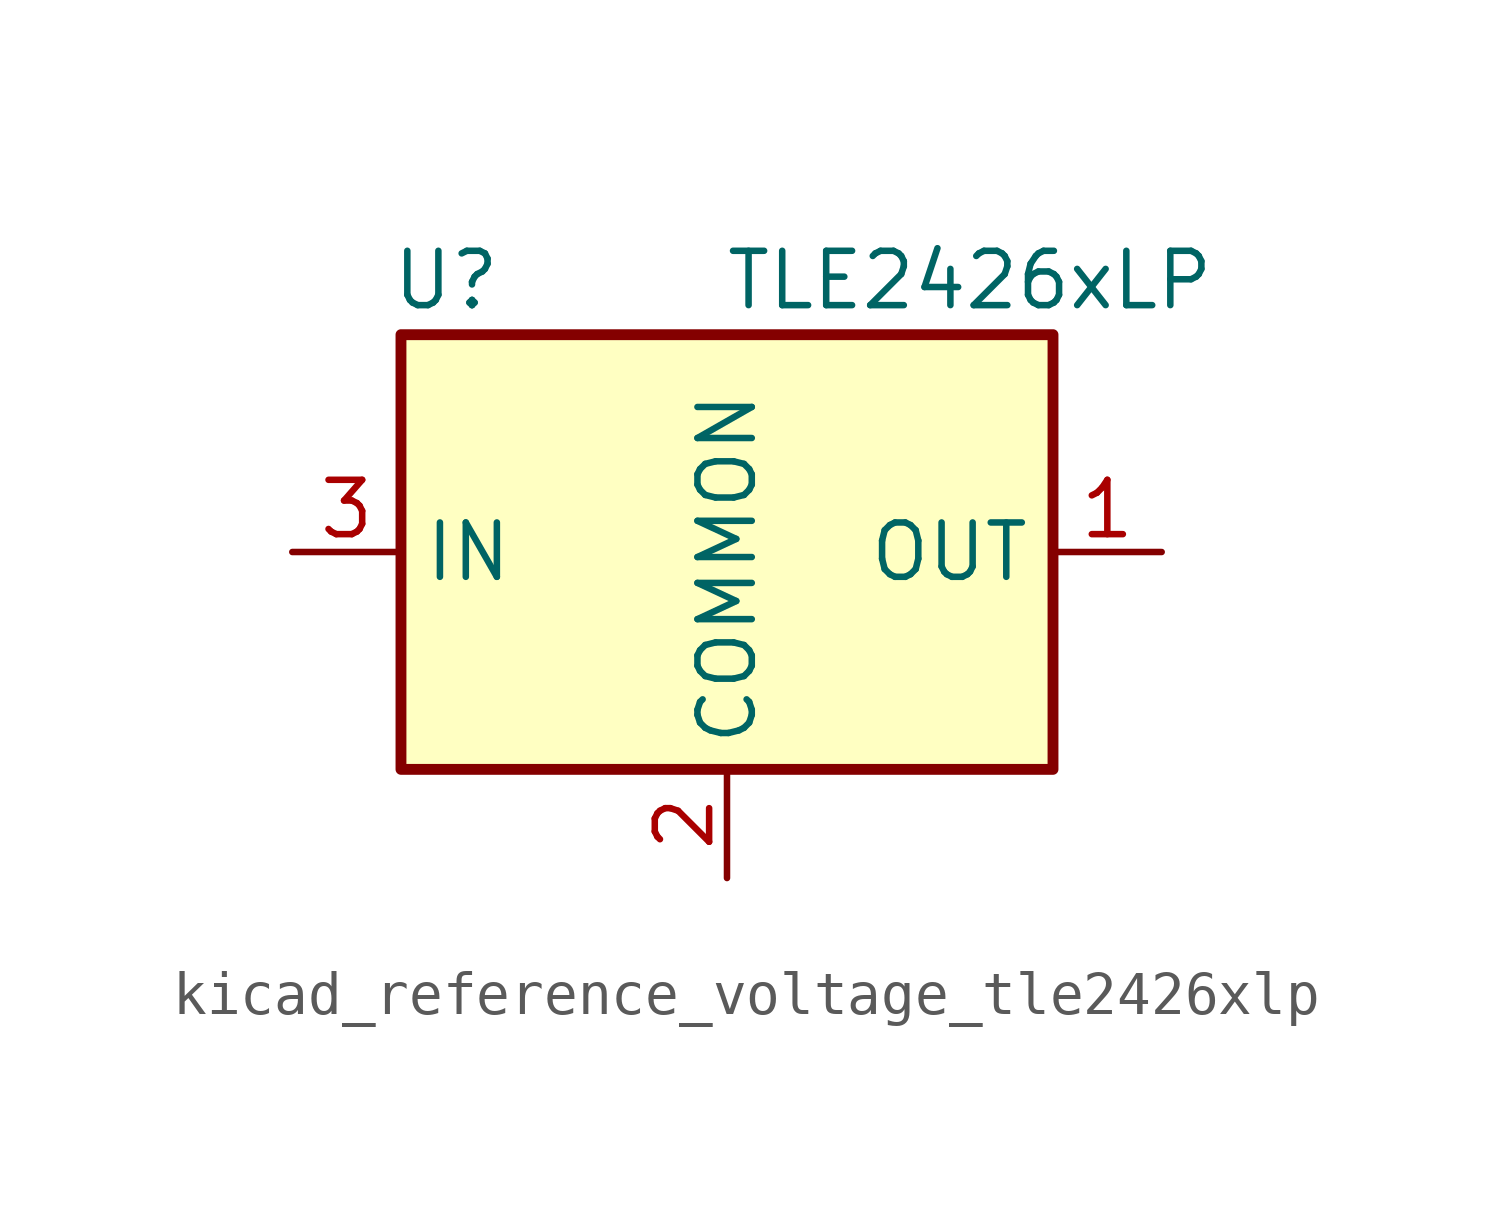
<source format=kicad_sym>
(kicad_symbol_lib
  (version 20220914)
  (generator kicad_symbol_editor)
  (symbol "kicad_reference_voltage_tle2426xlp"
    (property "Reference" "U"
      (at -7.874 6.35 0)
      (effects (font (size 1.27 1.27)) (justify left)))
    (property "Value" "TLE2426xLP"
      (at 11.43 6.35 0)
      (effects (font (size 1.27 1.27)) (justify right)))
    (symbol "kicad_reference_voltage_tle2426xlp_0_1"
      (rectangle (start -7.62 5.08) (end 7.62 -5.08) (stroke (width 0.254) (type default)) (fill (type background))))
    (symbol "kicad_reference_voltage_tle2426xlp_1_1"
      (pin power_out line (at 10.16 0 180) (length 2.54) (name "OUT" (effects (font (size 1.27 1.27)))) (number "1" (effects (font (size 1.27 1.27)))))
      (pin power_in line (at 0 -7.62 90) (length 2.54) (name "COMMON" (effects (font (size 1.27 1.27)))) (number "2" (effects (font (size 1.27 1.27)))))
      (pin power_in line (at -10.16 0 0) (length 2.54) (name "IN" (effects (font (size 1.27 1.27)))) (number "3" (effects (font (size 1.27 1.27))))))))
</source>
